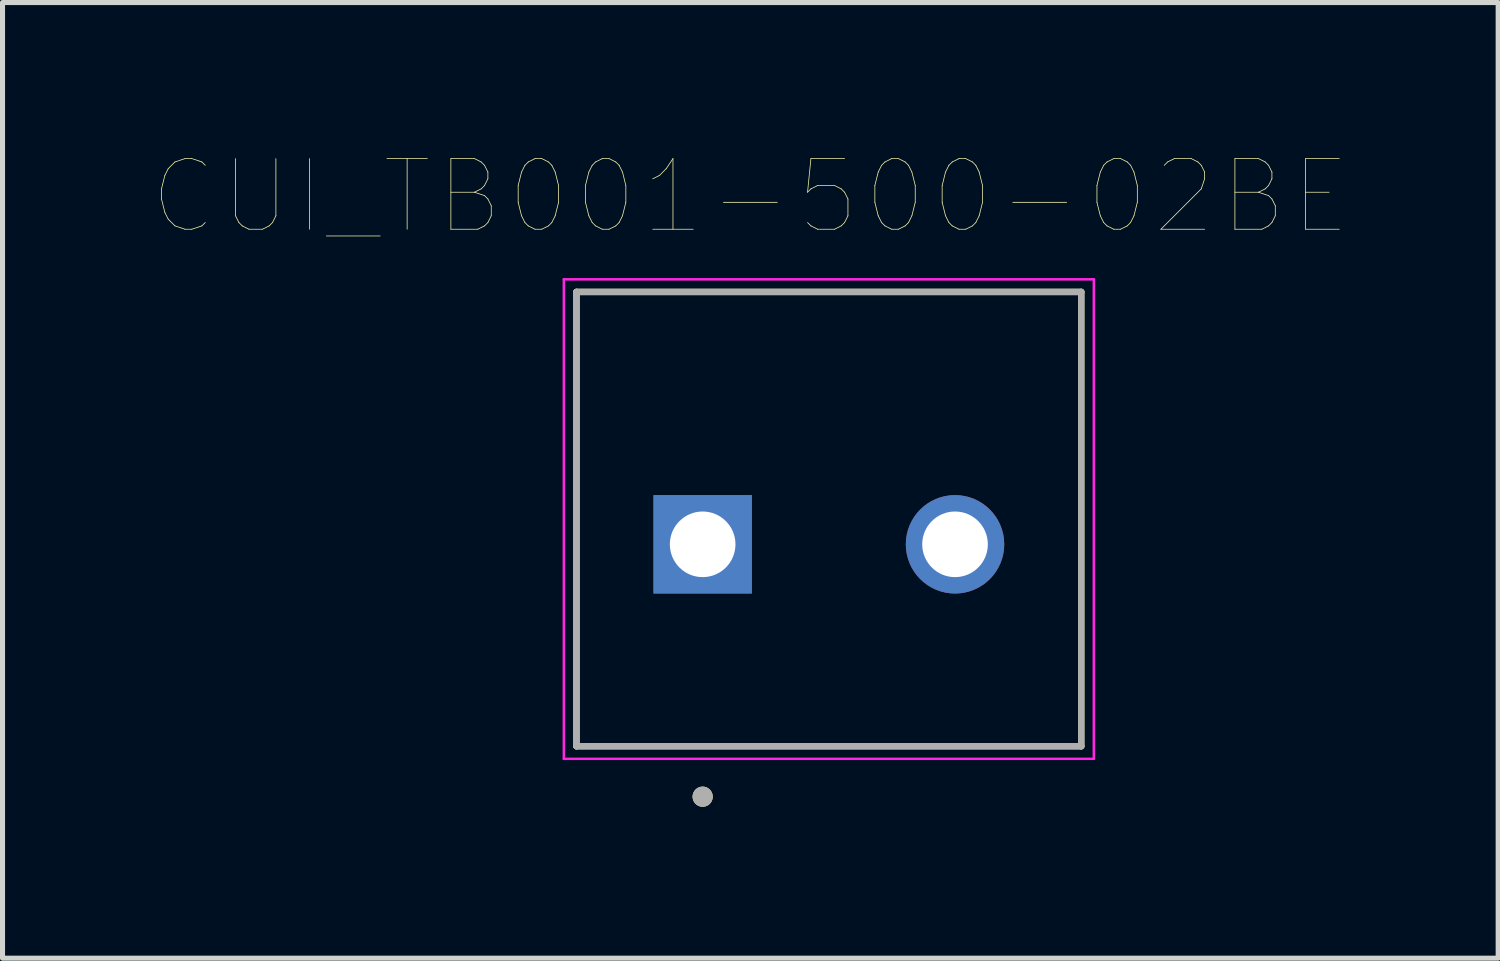
<source format=kicad_pcb>
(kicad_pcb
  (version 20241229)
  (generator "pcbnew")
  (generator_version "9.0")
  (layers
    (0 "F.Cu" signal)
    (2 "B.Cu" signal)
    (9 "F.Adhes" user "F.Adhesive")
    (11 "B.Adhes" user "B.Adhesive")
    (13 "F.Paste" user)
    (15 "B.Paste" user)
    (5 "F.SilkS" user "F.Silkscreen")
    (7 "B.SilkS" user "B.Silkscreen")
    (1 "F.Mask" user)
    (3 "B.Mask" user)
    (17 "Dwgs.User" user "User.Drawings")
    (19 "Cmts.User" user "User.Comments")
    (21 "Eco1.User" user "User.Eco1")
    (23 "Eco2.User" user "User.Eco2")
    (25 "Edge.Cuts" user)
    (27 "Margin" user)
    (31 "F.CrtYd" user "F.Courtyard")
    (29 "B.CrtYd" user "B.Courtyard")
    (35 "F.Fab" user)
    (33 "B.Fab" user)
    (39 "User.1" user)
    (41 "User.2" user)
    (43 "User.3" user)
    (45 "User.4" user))
  (footprint "CUI_TB001-500-02BE"
    (layer "F.Cu")
    (at 10.871 7.734)
    (property "Reference" "CUI_TB001-500-02BE" (at 0.945 -6.889 0) (layer "F.SilkS") (effects (font (size 1.4 1.4) (thickness 0.015))))
    (attr through_hole)
    (fp_line (start -2.5 -5) (end 7.5 -5) (stroke (width 0.127) (type solid)) (layer "F.SilkS"))
    (fp_line (start -2.5 4) (end -2.5 -5) (stroke (width 0.127) (type solid)) (layer "F.SilkS"))
    (fp_line (start 7.5 -5) (end 7.5 4) (stroke (width 0.127) (type solid)) (layer "F.SilkS"))
    (fp_line (start 7.5 4) (end -2.5 4) (stroke (width 0.127) (type solid)) (layer "F.SilkS"))
    (fp_circle (center 0 5) (end 0.1 5) (stroke (width 0.2) (type solid)) (fill no) (layer "F.SilkS"))
    (fp_line (start -2.75 -5.25) (end 7.75 -5.25) (stroke (width 0.05) (type solid)) (layer "F.CrtYd"))
    (fp_line (start -2.75 4.25) (end -2.75 -5.25) (stroke (width 0.05) (type solid)) (layer "F.CrtYd"))
    (fp_line (start 7.75 -5.25) (end 7.75 4.25) (stroke (width 0.05) (type solid)) (layer "F.CrtYd"))
    (fp_line (start 7.75 4.25) (end -2.75 4.25) (stroke (width 0.05) (type solid)) (layer "F.CrtYd"))
    (fp_line (start -2.5 -5) (end 7.5 -5) (stroke (width 0.127) (type solid)) (layer "F.Fab"))
    (fp_line (start -2.5 4) (end -2.5 -5) (stroke (width 0.127) (type solid)) (layer "F.Fab"))
    (fp_line (start 7.5 -5) (end 7.5 4) (stroke (width 0.127) (type solid)) (layer "F.Fab"))
    (fp_line (start 7.5 4) (end -2.5 4) (stroke (width 0.127) (type solid)) (layer "F.Fab"))
    (fp_circle (center 0 5) (end 0.1 5) (stroke (width 0.2) (type solid)) (fill no) (layer "F.Fab"))
    (pad "1" thru_hole rect (at 0 0) (size 1.95 1.95) (drill 1.3) (layers "*.Cu" "*.Mask"))
    (pad "2" thru_hole circle (at 5 0) (size 1.95 1.95) (drill 1.3) (layers "*.Cu" "*.Mask")))
  (gr_rect
    (start -3 -3)
    (end 26.632 15.934)
    (stroke (width 0.1) (type default))
    (fill no)
    (layer "Edge.Cuts")))
</source>
